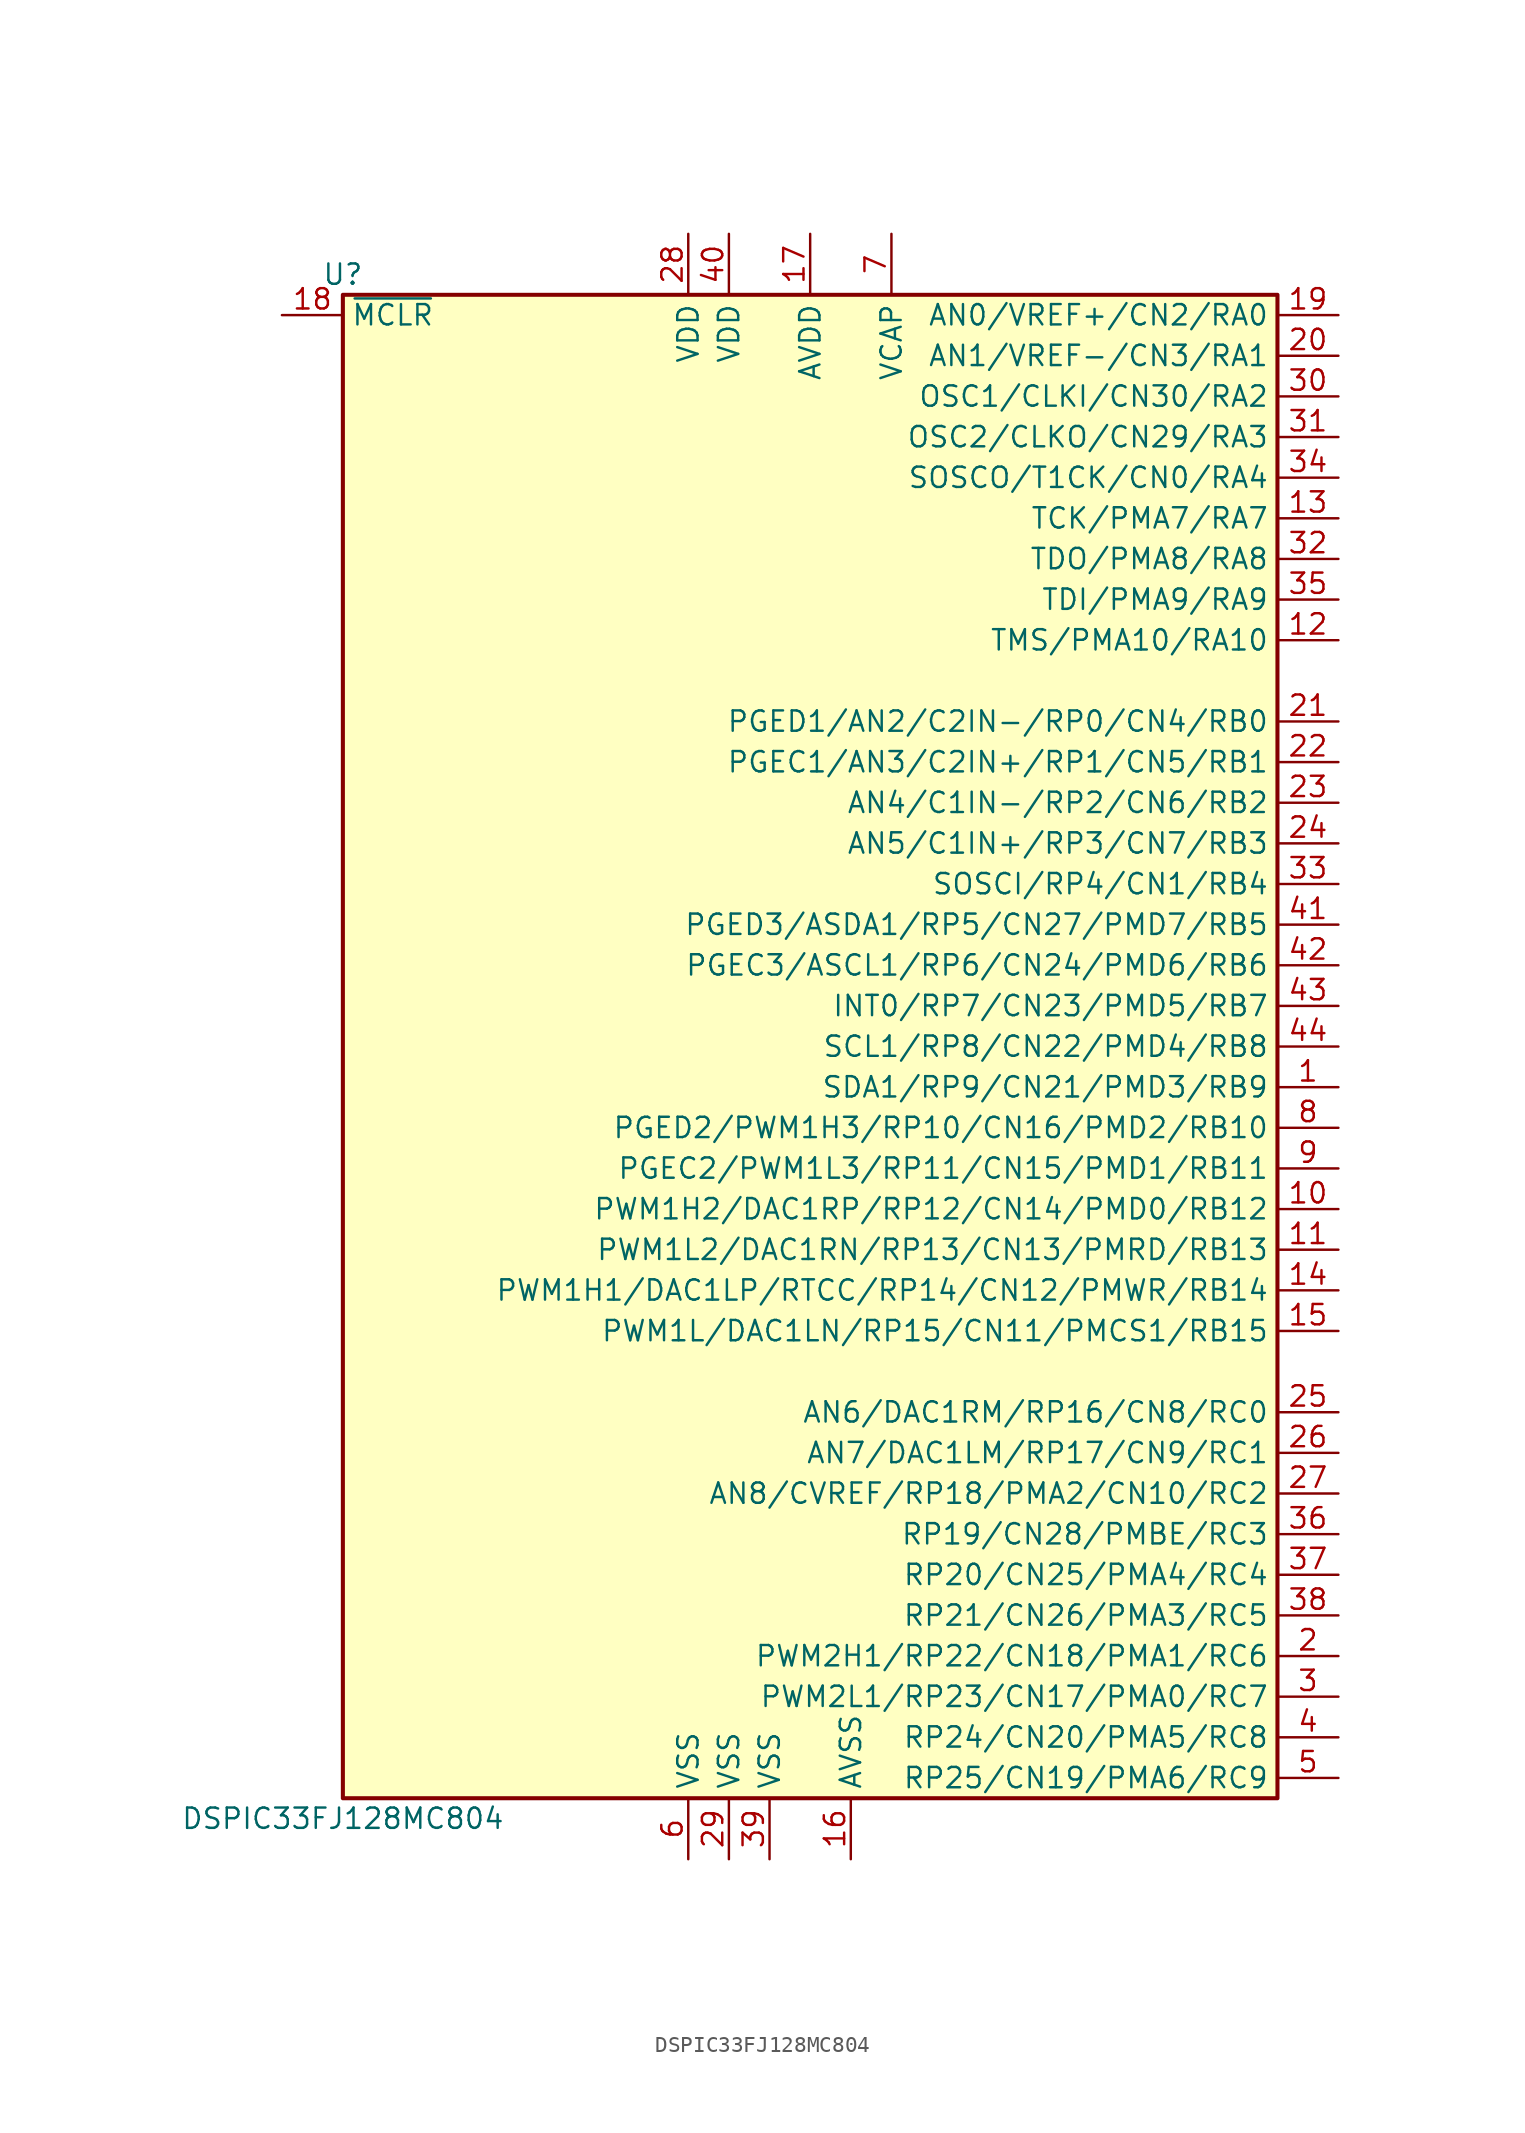
<source format=kicad_sym>
(kicad_symbol_lib
  (version 20201005)
  (generator kicad_symbol_editor)
  (symbol "DSP_Microchip_DSPIC33:DSPIC33FJ128MC804"
    (property "Reference" "U"
      (at -29.21 48.26 0)
      (effects (font (size 1.27 1.27))))
    (property "Value" "DSPIC33FJ128MC804"
      (at -29.21 -48.26 0)
      (effects (font (size 1.27 1.27))))
    (symbol "DSPIC33FJ128MC804_1_1"
      (rectangle (start -29.21 46.99) (end 29.21 -46.99) (stroke (width 0.254)) (fill (type background)))
      (pin bidirectional line (at 33.02 -2.54 180) (length 3.81) (name "SDA1/RP9/CN21/PMD3/RB9" (effects (font (size 1.27 1.27)))) (number "1" (effects (font (size 1.27 1.27)))))
      (pin bidirectional line (at 33.02 -10.16 180) (length 3.81) (name "PWM1H2/DAC1RP/RP12/CN14/PMD0/RB12" (effects (font (size 1.27 1.27)))) (number "10" (effects (font (size 1.27 1.27)))))
      (pin bidirectional line (at 33.02 -12.7 180) (length 3.81) (name "PWM1L2/DAC1RN/RP13/CN13/PMRD/RB13" (effects (font (size 1.27 1.27)))) (number "11" (effects (font (size 1.27 1.27)))))
      (pin bidirectional line (at 33.02 25.4 180) (length 3.81) (name "TMS/PMA10/RA10" (effects (font (size 1.27 1.27)))) (number "12" (effects (font (size 1.27 1.27)))))
      (pin bidirectional line (at 33.02 33.02 180) (length 3.81) (name "TCK/PMA7/RA7" (effects (font (size 1.27 1.27)))) (number "13" (effects (font (size 1.27 1.27)))))
      (pin bidirectional line (at 33.02 -15.24 180) (length 3.81) (name "PWM1H1/DAC1LP/RTCC/RP14/CN12/PMWR/RB14" (effects (font (size 1.27 1.27)))) (number "14" (effects (font (size 1.27 1.27)))))
      (pin bidirectional line (at 33.02 -17.78 180) (length 3.81) (name "PWM1L/DAC1LN/RP15/CN11/PMCS1/RB15" (effects (font (size 1.27 1.27)))) (number "15" (effects (font (size 1.27 1.27)))))
      (pin power_in line (at 2.54 -50.8 90) (length 3.81) (name "AVSS" (effects (font (size 1.27 1.27)))) (number "16" (effects (font (size 1.27 1.27)))))
      (pin power_in line (at 0 50.8 270) (length 3.81) (name "AVDD" (effects (font (size 1.27 1.27)))) (number "17" (effects (font (size 1.27 1.27)))))
      (pin input line (at -33.02 45.72 0) (length 3.81) (name "~MCLR" (effects (font (size 1.27 1.27)))) (number "18" (effects (font (size 1.27 1.27)))))
      (pin bidirectional line (at 33.02 45.72 180) (length 3.81) (name "AN0/VREF+/CN2/RA0" (effects (font (size 1.27 1.27)))) (number "19" (effects (font (size 1.27 1.27)))))
      (pin bidirectional line (at 33.02 -38.1 180) (length 3.81) (name "PWM2H1/RP22/CN18/PMA1/RC6" (effects (font (size 1.27 1.27)))) (number "2" (effects (font (size 1.27 1.27)))))
      (pin bidirectional line (at 33.02 43.18 180) (length 3.81) (name "AN1/VREF-/CN3/RA1" (effects (font (size 1.27 1.27)))) (number "20" (effects (font (size 1.27 1.27)))))
      (pin bidirectional line (at 33.02 20.32 180) (length 3.81) (name "PGED1/AN2/C2IN-/RP0/CN4/RB0" (effects (font (size 1.27 1.27)))) (number "21" (effects (font (size 1.27 1.27)))))
      (pin bidirectional line (at 33.02 17.78 180) (length 3.81) (name "PGEC1/AN3/C2IN+/RP1/CN5/RB1" (effects (font (size 1.27 1.27)))) (number "22" (effects (font (size 1.27 1.27)))))
      (pin bidirectional line (at 33.02 15.24 180) (length 3.81) (name "AN4/C1IN-/RP2/CN6/RB2" (effects (font (size 1.27 1.27)))) (number "23" (effects (font (size 1.27 1.27)))))
      (pin bidirectional line (at 33.02 12.7 180) (length 3.81) (name "AN5/C1IN+/RP3/CN7/RB3" (effects (font (size 1.27 1.27)))) (number "24" (effects (font (size 1.27 1.27)))))
      (pin bidirectional line (at 33.02 -22.86 180) (length 3.81) (name "AN6/DAC1RM/RP16/CN8/RC0" (effects (font (size 1.27 1.27)))) (number "25" (effects (font (size 1.27 1.27)))))
      (pin bidirectional line (at 33.02 -25.4 180) (length 3.81) (name "AN7/DAC1LM/RP17/CN9/RC1" (effects (font (size 1.27 1.27)))) (number "26" (effects (font (size 1.27 1.27)))))
      (pin bidirectional line (at 33.02 -27.94 180) (length 3.81) (name "AN8/CVREF/RP18/PMA2/CN10/RC2" (effects (font (size 1.27 1.27)))) (number "27" (effects (font (size 1.27 1.27)))))
      (pin power_in line (at -7.62 50.8 270) (length 3.81) (name "VDD" (effects (font (size 1.27 1.27)))) (number "28" (effects (font (size 1.27 1.27)))))
      (pin power_in line (at -5.08 -50.8 90) (length 3.81) (name "VSS" (effects (font (size 1.27 1.27)))) (number "29" (effects (font (size 1.27 1.27)))))
      (pin bidirectional line (at 33.02 -40.64 180) (length 3.81) (name "PWM2L1/RP23/CN17/PMA0/RC7" (effects (font (size 1.27 1.27)))) (number "3" (effects (font (size 1.27 1.27)))))
      (pin input line (at 33.02 40.64 180) (length 3.81) (name "OSC1/CLKI/CN30/RA2" (effects (font (size 1.27 1.27)))) (number "30" (effects (font (size 1.27 1.27)))))
      (pin input line (at 33.02 38.1 180) (length 3.81) (name "OSC2/CLKO/CN29/RA3" (effects (font (size 1.27 1.27)))) (number "31" (effects (font (size 1.27 1.27)))))
      (pin input line (at 33.02 30.48 180) (length 3.81) (name "TDO/PMA8/RA8" (effects (font (size 1.27 1.27)))) (number "32" (effects (font (size 1.27 1.27)))))
      (pin input line (at 33.02 10.16 180) (length 3.81) (name "SOSCI/RP4/CN1/RB4" (effects (font (size 1.27 1.27)))) (number "33" (effects (font (size 1.27 1.27)))))
      (pin input line (at 33.02 35.56 180) (length 3.81) (name "SOSCO/T1CK/CN0/RA4" (effects (font (size 1.27 1.27)))) (number "34" (effects (font (size 1.27 1.27)))))
      (pin input line (at 33.02 27.94 180) (length 3.81) (name "TDI/PMA9/RA9" (effects (font (size 1.27 1.27)))) (number "35" (effects (font (size 1.27 1.27)))))
      (pin input line (at 33.02 -30.48 180) (length 3.81) (name "RP19/CN28/PMBE/RC3" (effects (font (size 1.27 1.27)))) (number "36" (effects (font (size 1.27 1.27)))))
      (pin input line (at 33.02 -33.02 180) (length 3.81) (name "RP20/CN25/PMA4/RC4" (effects (font (size 1.27 1.27)))) (number "37" (effects (font (size 1.27 1.27)))))
      (pin input line (at 33.02 -35.56 180) (length 3.81) (name "RP21/CN26/PMA3/RC5" (effects (font (size 1.27 1.27)))) (number "38" (effects (font (size 1.27 1.27)))))
      (pin power_in line (at -2.54 -50.8 90) (length 3.81) (name "VSS" (effects (font (size 1.27 1.27)))) (number "39" (effects (font (size 1.27 1.27)))))
      (pin bidirectional line (at 33.02 -43.18 180) (length 3.81) (name "RP24/CN20/PMA5/RC8" (effects (font (size 1.27 1.27)))) (number "4" (effects (font (size 1.27 1.27)))))
      (pin power_in line (at -5.08 50.8 270) (length 3.81) (name "VDD" (effects (font (size 1.27 1.27)))) (number "40" (effects (font (size 1.27 1.27)))))
      (pin input line (at 33.02 7.62 180) (length 3.81) (name "PGED3/ASDA1/RP5/CN27/PMD7/RB5" (effects (font (size 1.27 1.27)))) (number "41" (effects (font (size 1.27 1.27)))))
      (pin input line (at 33.02 5.08 180) (length 3.81) (name "PGEC3/ASCL1/RP6/CN24/PMD6/RB6" (effects (font (size 1.27 1.27)))) (number "42" (effects (font (size 1.27 1.27)))))
      (pin input line (at 33.02 2.54 180) (length 3.81) (name "INT0/RP7/CN23/PMD5/RB7" (effects (font (size 1.27 1.27)))) (number "43" (effects (font (size 1.27 1.27)))))
      (pin input line (at 33.02 0 180) (length 3.81) (name "SCL1/RP8/CN22/PMD4/RB8" (effects (font (size 1.27 1.27)))) (number "44" (effects (font (size 1.27 1.27)))))
      (pin bidirectional line (at 33.02 -45.72 180) (length 3.81) (name "RP25/CN19/PMA6/RC9" (effects (font (size 1.27 1.27)))) (number "5" (effects (font (size 1.27 1.27)))))
      (pin power_in line (at -7.62 -50.8 90) (length 3.81) (name "VSS" (effects (font (size 1.27 1.27)))) (number "6" (effects (font (size 1.27 1.27)))))
      (pin power_in line (at 5.08 50.8 270) (length 3.81) (name "VCAP" (effects (font (size 1.27 1.27)))) (number "7" (effects (font (size 1.27 1.27)))))
      (pin bidirectional line (at 33.02 -5.08 180) (length 3.81) (name "PGED2/PWM1H3/RP10/CN16/PMD2/RB10" (effects (font (size 1.27 1.27)))) (number "8" (effects (font (size 1.27 1.27)))))
      (pin bidirectional line (at 33.02 -7.62 180) (length 3.81) (name "PGEC2/PWM1L3/RP11/CN15/PMD1/RB11" (effects (font (size 1.27 1.27)))) (number "9" (effects (font (size 1.27 1.27))))))))
</source>
